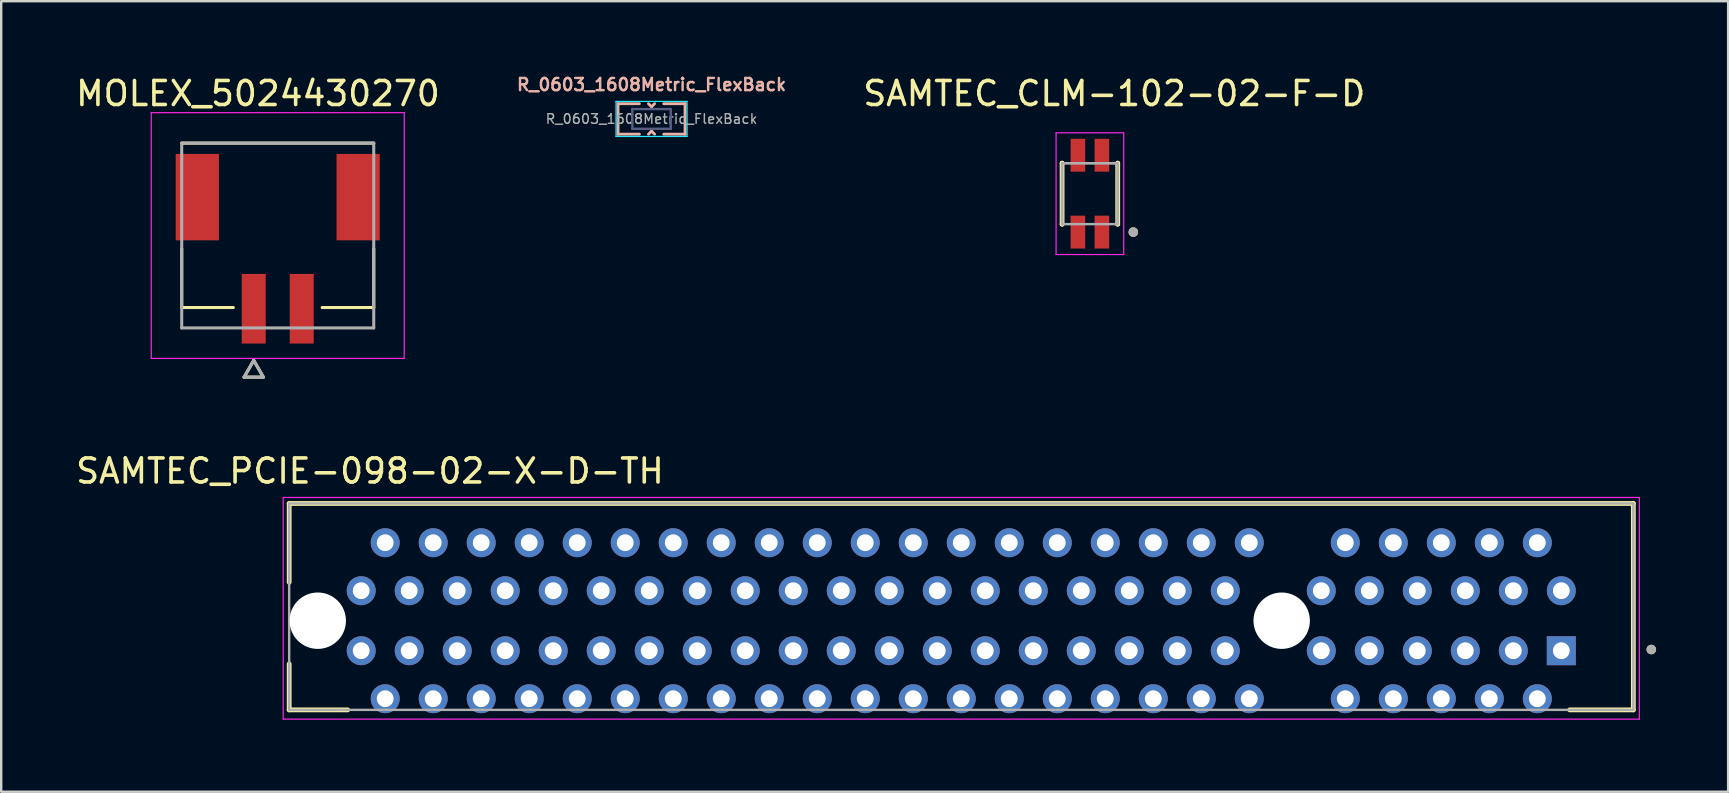
<source format=kicad_pcb>
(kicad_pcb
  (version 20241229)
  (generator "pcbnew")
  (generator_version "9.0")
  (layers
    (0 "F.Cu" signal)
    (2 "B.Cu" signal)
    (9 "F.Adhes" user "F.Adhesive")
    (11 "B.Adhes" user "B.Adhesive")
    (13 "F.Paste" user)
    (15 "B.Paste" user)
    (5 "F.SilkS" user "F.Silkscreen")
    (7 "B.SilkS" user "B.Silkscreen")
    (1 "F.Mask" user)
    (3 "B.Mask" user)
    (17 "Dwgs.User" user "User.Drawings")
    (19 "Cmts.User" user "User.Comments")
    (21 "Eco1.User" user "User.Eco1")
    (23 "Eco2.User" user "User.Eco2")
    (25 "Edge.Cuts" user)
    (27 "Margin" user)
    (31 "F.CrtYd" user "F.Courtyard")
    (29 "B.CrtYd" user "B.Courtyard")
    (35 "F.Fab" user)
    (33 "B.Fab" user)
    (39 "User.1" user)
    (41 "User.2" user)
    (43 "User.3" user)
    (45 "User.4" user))
  (footprint "SAMTEC_PCIE-098-02-X-D-TH"
    (layer "F.Cu")
    (at 36.998 22.225)
    (property "Reference" "SAMTEC_PCIE-098-02-X-D-TH" (at -24.635 -5.65 0) (layer "F.SilkS") (effects (font (size 1 1) (thickness 0.15))))
    (attr through_hole)
    (fp_line (start -28 -4.3) (end 28 -4.3) (stroke (width 0.2) (type solid)) (layer "F.SilkS"))
    (fp_line (start -28 -1.015) (end -28 -4.3) (stroke (width 0.2) (type solid)) (layer "F.SilkS"))
    (fp_line (start -28 4.3) (end -28 2.385) (stroke (width 0.2) (type solid)) (layer "F.SilkS"))
    (fp_line (start -25.56 4.3) (end -28 4.3) (stroke (width 0.2) (type solid)) (layer "F.SilkS"))
    (fp_line (start 28 -4.3) (end 28 4.3) (stroke (width 0.2) (type solid)) (layer "F.SilkS"))
    (fp_line (start 28 4.3) (end 25.35 4.3) (stroke (width 0.2) (type solid)) (layer "F.SilkS"))
    (fp_circle (center 28.75 1.785) (end 28.85 1.785) (stroke (width 0.2) (type solid)) (fill no) (layer "F.SilkS"))
    (fp_line (start -28.25 -4.55) (end 28.25 -4.55) (stroke (width 0.05) (type solid)) (layer "F.CrtYd"))
    (fp_line (start -28.25 4.685) (end -28.25 -4.55) (stroke (width 0.05) (type solid)) (layer "F.CrtYd"))
    (fp_line (start 28.25 -4.55) (end 28.25 4.685) (stroke (width 0.05) (type solid)) (layer "F.CrtYd"))
    (fp_line (start 28.25 4.685) (end -28.25 4.685) (stroke (width 0.05) (type solid)) (layer "F.CrtYd"))
    (fp_line (start -28 -4.3) (end 28 -4.3) (stroke (width 0.1) (type solid)) (layer "F.Fab"))
    (fp_line (start -28 4.3) (end -28 -4.3) (stroke (width 0.1) (type solid)) (layer "F.Fab"))
    (fp_line (start 28 -4.3) (end 28 4.3) (stroke (width 0.1) (type solid)) (layer "F.Fab"))
    (fp_line (start 28 4.3) (end -28 4.3) (stroke (width 0.1) (type solid)) (layer "F.Fab"))
    (fp_circle (center 28.75 1.785) (end 28.85 1.785) (stroke (width 0.2) (type solid)) (fill no) (layer "F.Fab"))
    (pad "" np_thru_hole circle (at -26.81 0.585) (size 2.35 2.35) (drill 2.35) (layers "*.Cu" "*.Mask"))
    (pad "" np_thru_hole circle (at 13.35 0.585) (size 2.35 2.35) (drill 2.35) (layers "*.Cu" "*.Mask"))
    (pad "A1" thru_hole rect (at 25 1.835) (size 1.208 1.208) (drill 0.7) (layers "*.Cu" "*.Mask"))
    (pad "A2" thru_hole circle (at 24 3.835) (size 1.208 1.208) (drill 0.7) (layers "*.Cu" "*.Mask"))
    (pad "A3" thru_hole circle (at 23 1.835) (size 1.208 1.208) (drill 0.7) (layers "*.Cu" "*.Mask"))
    (pad "A4" thru_hole circle (at 22 3.835) (size 1.208 1.208) (drill 0.7) (layers "*.Cu" "*.Mask"))
    (pad "A5" thru_hole circle (at 21 1.835) (size 1.208 1.208) (drill 0.7) (layers "*.Cu" "*.Mask"))
    (pad "A6" thru_hole circle (at 20 3.835) (size 1.208 1.208) (drill 0.7) (layers "*.Cu" "*.Mask"))
    (pad "A7" thru_hole circle (at 19 1.835) (size 1.208 1.208) (drill 0.7) (layers "*.Cu" "*.Mask"))
    (pad "A8" thru_hole circle (at 18 3.835) (size 1.208 1.208) (drill 0.7) (layers "*.Cu" "*.Mask"))
    (pad "A9" thru_hole circle (at 17 1.835) (size 1.208 1.208) (drill 0.7) (layers "*.Cu" "*.Mask"))
    (pad "A10" thru_hole circle (at 16 3.835) (size 1.208 1.208) (drill 0.7) (layers "*.Cu" "*.Mask"))
    (pad "A11" thru_hole circle (at 15 1.835) (size 1.208 1.208) (drill 0.7) (layers "*.Cu" "*.Mask"))
    (pad "A12" thru_hole circle (at 12 3.835) (size 1.208 1.208) (drill 0.7) (layers "*.Cu" "*.Mask"))
    (pad "A13" thru_hole circle (at 11 1.835) (size 1.208 1.208) (drill 0.7) (layers "*.Cu" "*.Mask"))
    (pad "A14" thru_hole circle (at 10 3.835) (size 1.208 1.208) (drill 0.7) (layers "*.Cu" "*.Mask"))
    (pad "A15" thru_hole circle (at 9 1.835) (size 1.208 1.208) (drill 0.7) (layers "*.Cu" "*.Mask"))
    (pad "A16" thru_hole circle (at 8 3.835) (size 1.208 1.208) (drill 0.7) (layers "*.Cu" "*.Mask"))
    (pad "A17" thru_hole circle (at 7 1.835) (size 1.208 1.208) (drill 0.7) (layers "*.Cu" "*.Mask"))
    (pad "A18" thru_hole circle (at 6 3.835) (size 1.208 1.208) (drill 0.7) (layers "*.Cu" "*.Mask"))
    (pad "A19" thru_hole circle (at 5 1.835) (size 1.208 1.208) (drill 0.7) (layers "*.Cu" "*.Mask"))
    (pad "A20" thru_hole circle (at 4 3.835) (size 1.208 1.208) (drill 0.7) (layers "*.Cu" "*.Mask"))
    (pad "A21" thru_hole circle (at 3 1.835) (size 1.208 1.208) (drill 0.7) (layers "*.Cu" "*.Mask"))
    (pad "A22" thru_hole circle (at 2 3.835) (size 1.208 1.208) (drill 0.7) (layers "*.Cu" "*.Mask"))
    (pad "A23" thru_hole circle (at 1 1.835) (size 1.208 1.208) (drill 0.7) (layers "*.Cu" "*.Mask"))
    (pad "A24" thru_hole circle (at 0 3.835) (size 1.208 1.208) (drill 0.7) (layers "*.Cu" "*.Mask"))
    (pad "A25" thru_hole circle (at -1 1.835) (size 1.208 1.208) (drill 0.7) (layers "*.Cu" "*.Mask"))
    (pad "A26" thru_hole circle (at -2 3.835) (size 1.208 1.208) (drill 0.7) (layers "*.Cu" "*.Mask"))
    (pad "A27" thru_hole circle (at -3 1.835) (size 1.208 1.208) (drill 0.7) (layers "*.Cu" "*.Mask"))
    (pad "A28" thru_hole circle (at -4 3.835) (size 1.208 1.208) (drill 0.7) (layers "*.Cu" "*.Mask"))
    (pad "A29" thru_hole circle (at -5 1.835) (size 1.208 1.208) (drill 0.7) (layers "*.Cu" "*.Mask"))
    (pad "A30" thru_hole circle (at -6 3.835) (size 1.208 1.208) (drill 0.7) (layers "*.Cu" "*.Mask"))
    (pad "A31" thru_hole circle (at -7 1.835) (size 1.208 1.208) (drill 0.7) (layers "*.Cu" "*.Mask"))
    (pad "A32" thru_hole circle (at -8 3.835) (size 1.208 1.208) (drill 0.7) (layers "*.Cu" "*.Mask"))
    (pad "A33" thru_hole circle (at -9 1.835) (size 1.208 1.208) (drill 0.7) (layers "*.Cu" "*.Mask"))
    (pad "A34" thru_hole circle (at -10 3.835) (size 1.208 1.208) (drill 0.7) (layers "*.Cu" "*.Mask"))
    (pad "A35" thru_hole circle (at -11 1.835) (size 1.208 1.208) (drill 0.7) (layers "*.Cu" "*.Mask"))
    (pad "A36" thru_hole circle (at -12 3.835) (size 1.208 1.208) (drill 0.7) (layers "*.Cu" "*.Mask"))
    (pad "A37" thru_hole circle (at -13 1.835) (size 1.208 1.208) (drill 0.7) (layers "*.Cu" "*.Mask"))
    (pad "A38" thru_hole circle (at -14 3.835) (size 1.208 1.208) (drill 0.7) (layers "*.Cu" "*.Mask"))
    (pad "A39" thru_hole circle (at -15 1.835) (size 1.208 1.208) (drill 0.7) (layers "*.Cu" "*.Mask"))
    (pad "A40" thru_hole circle (at -16 3.835) (size 1.208 1.208) (drill 0.7) (layers "*.Cu" "*.Mask"))
    (pad "A41" thru_hole circle (at -17 1.835) (size 1.208 1.208) (drill 0.7) (layers "*.Cu" "*.Mask"))
    (pad "A42" thru_hole circle (at -18 3.835) (size 1.208 1.208) (drill 0.7) (layers "*.Cu" "*.Mask"))
    (pad "A43" thru_hole circle (at -19 1.835) (size 1.208 1.208) (drill 0.7) (layers "*.Cu" "*.Mask"))
    (pad "A44" thru_hole circle (at -20 3.835) (size 1.208 1.208) (drill 0.7) (layers "*.Cu" "*.Mask"))
    (pad "A45" thru_hole circle (at -21 1.835) (size 1.208 1.208) (drill 0.7) (layers "*.Cu" "*.Mask"))
    (pad "A46" thru_hole circle (at -22 3.835) (size 1.208 1.208) (drill 0.7) (layers "*.Cu" "*.Mask"))
    (pad "A47" thru_hole circle (at -23 1.835) (size 1.208 1.208) (drill 0.7) (layers "*.Cu" "*.Mask"))
    (pad "A48" thru_hole circle (at -24 3.835) (size 1.208 1.208) (drill 0.7) (layers "*.Cu" "*.Mask"))
    (pad "A49" thru_hole circle (at -25 1.835) (size 1.208 1.208) (drill 0.7) (layers "*.Cu" "*.Mask"))
    (pad "B1" thru_hole circle (at 25 -0.665) (size 1.208 1.208) (drill 0.7) (layers "*.Cu" "*.Mask"))
    (pad "B2" thru_hole circle (at 24 -2.665) (size 1.208 1.208) (drill 0.7) (layers "*.Cu" "*.Mask"))
    (pad "B3" thru_hole circle (at 23 -0.665) (size 1.208 1.208) (drill 0.7) (layers "*.Cu" "*.Mask"))
    (pad "B4" thru_hole circle (at 22 -2.665) (size 1.208 1.208) (drill 0.7) (layers "*.Cu" "*.Mask"))
    (pad "B5" thru_hole circle (at 21 -0.665) (size 1.208 1.208) (drill 0.7) (layers "*.Cu" "*.Mask"))
    (pad "B6" thru_hole circle (at 20 -2.665) (size 1.208 1.208) (drill 0.7) (layers "*.Cu" "*.Mask"))
    (pad "B7" thru_hole circle (at 19 -0.665) (size 1.208 1.208) (drill 0.7) (layers "*.Cu" "*.Mask"))
    (pad "B8" thru_hole circle (at 18 -2.665) (size 1.208 1.208) (drill 0.7) (layers "*.Cu" "*.Mask"))
    (pad "B9" thru_hole circle (at 17 -0.665) (size 1.208 1.208) (drill 0.7) (layers "*.Cu" "*.Mask"))
    (pad "B10" thru_hole circle (at 16 -2.665) (size 1.208 1.208) (drill 0.7) (layers "*.Cu" "*.Mask"))
    (pad "B11" thru_hole circle (at 15 -0.665) (size 1.208 1.208) (drill 0.7) (layers "*.Cu" "*.Mask"))
    (pad "B12" thru_hole circle (at 12 -2.665) (size 1.208 1.208) (drill 0.7) (layers "*.Cu" "*.Mask"))
    (pad "B13" thru_hole circle (at 11 -0.665) (size 1.208 1.208) (drill 0.7) (layers "*.Cu" "*.Mask"))
    (pad "B14" thru_hole circle (at 10 -2.665) (size 1.208 1.208) (drill 0.7) (layers "*.Cu" "*.Mask"))
    (pad "B15" thru_hole circle (at 9 -0.665) (size 1.208 1.208) (drill 0.7) (layers "*.Cu" "*.Mask"))
    (pad "B16" thru_hole circle (at 8 -2.665) (size 1.208 1.208) (drill 0.7) (layers "*.Cu" "*.Mask"))
    (pad "B17" thru_hole circle (at 7 -0.665) (size 1.208 1.208) (drill 0.7) (layers "*.Cu" "*.Mask"))
    (pad "B18" thru_hole circle (at 6 -2.665) (size 1.208 1.208) (drill 0.7) (layers "*.Cu" "*.Mask"))
    (pad "B19" thru_hole circle (at 5 -0.665) (size 1.208 1.208) (drill 0.7) (layers "*.Cu" "*.Mask"))
    (pad "B20" thru_hole circle (at 4 -2.665) (size 1.208 1.208) (drill 0.7) (layers "*.Cu" "*.Mask"))
    (pad "B21" thru_hole circle (at 3 -0.665) (size 1.208 1.208) (drill 0.7) (layers "*.Cu" "*.Mask"))
    (pad "B22" thru_hole circle (at 2 -2.665) (size 1.208 1.208) (drill 0.7) (layers "*.Cu" "*.Mask"))
    (pad "B23" thru_hole circle (at 1 -0.665) (size 1.208 1.208) (drill 0.7) (layers "*.Cu" "*.Mask"))
    (pad "B24" thru_hole circle (at 0 -2.665) (size 1.208 1.208) (drill 0.7) (layers "*.Cu" "*.Mask"))
    (pad "B25" thru_hole circle (at -1 -0.665) (size 1.208 1.208) (drill 0.7) (layers "*.Cu" "*.Mask"))
    (pad "B26" thru_hole circle (at -2 -2.665) (size 1.208 1.208) (drill 0.7) (layers "*.Cu" "*.Mask"))
    (pad "B27" thru_hole circle (at -3 -0.665) (size 1.208 1.208) (drill 0.7) (layers "*.Cu" "*.Mask"))
    (pad "B28" thru_hole circle (at -4 -2.665) (size 1.208 1.208) (drill 0.7) (layers "*.Cu" "*.Mask"))
    (pad "B29" thru_hole circle (at -5 -0.665) (size 1.208 1.208) (drill 0.7) (layers "*.Cu" "*.Mask"))
    (pad "B30" thru_hole circle (at -6 -2.665) (size 1.208 1.208) (drill 0.7) (layers "*.Cu" "*.Mask"))
    (pad "B31" thru_hole circle (at -7 -0.665) (size 1.208 1.208) (drill 0.7) (layers "*.Cu" "*.Mask"))
    (pad "B32" thru_hole circle (at -8 -2.665) (size 1.208 1.208) (drill 0.7) (layers "*.Cu" "*.Mask"))
    (pad "B33" thru_hole circle (at -9 -0.665) (size 1.208 1.208) (drill 0.7) (layers "*.Cu" "*.Mask"))
    (pad "B34" thru_hole circle (at -10 -2.665) (size 1.208 1.208) (drill 0.7) (layers "*.Cu" "*.Mask"))
    (pad "B35" thru_hole circle (at -11 -0.665) (size 1.208 1.208) (drill 0.7) (layers "*.Cu" "*.Mask"))
    (pad "B36" thru_hole circle (at -12 -2.665) (size 1.208 1.208) (drill 0.7) (layers "*.Cu" "*.Mask"))
    (pad "B37" thru_hole circle (at -13 -0.665) (size 1.208 1.208) (drill 0.7) (layers "*.Cu" "*.Mask"))
    (pad "B38" thru_hole circle (at -14 -2.665) (size 1.208 1.208) (drill 0.7) (layers "*.Cu" "*.Mask"))
    (pad "B39" thru_hole circle (at -15 -0.665) (size 1.208 1.208) (drill 0.7) (layers "*.Cu" "*.Mask"))
    (pad "B40" thru_hole circle (at -16 -2.665) (size 1.208 1.208) (drill 0.7) (layers "*.Cu" "*.Mask"))
    (pad "B41" thru_hole circle (at -17 -0.665) (size 1.208 1.208) (drill 0.7) (layers "*.Cu" "*.Mask"))
    (pad "B42" thru_hole circle (at -18 -2.665) (size 1.208 1.208) (drill 0.7) (layers "*.Cu" "*.Mask"))
    (pad "B43" thru_hole circle (at -19 -0.665) (size 1.208 1.208) (drill 0.7) (layers "*.Cu" "*.Mask"))
    (pad "B44" thru_hole circle (at -20 -2.665) (size 1.208 1.208) (drill 0.7) (layers "*.Cu" "*.Mask"))
    (pad "B45" thru_hole circle (at -21 -0.665) (size 1.208 1.208) (drill 0.7) (layers "*.Cu" "*.Mask"))
    (pad "B46" thru_hole circle (at -22 -2.665) (size 1.208 1.208) (drill 0.7) (layers "*.Cu" "*.Mask"))
    (pad "B47" thru_hole circle (at -23 -0.665) (size 1.208 1.208) (drill 0.7) (layers "*.Cu" "*.Mask"))
    (pad "B48" thru_hole circle (at -24 -2.665) (size 1.208 1.208) (drill 0.7) (layers "*.Cu" "*.Mask"))
    (pad "B49" thru_hole circle (at -25 -0.665) (size 1.208 1.208) (drill 0.7) (layers "*.Cu" "*.Mask")))
  (footprint "R_0603_1608Metric_FlexBack"
    (layer "F.Cu")
    (at 24.095 1.905)
    (property "Reference" "R_0603_1608Metric_FlexBack" (at 0 -1.43 0) (layer "B.SilkS") (effects (font (size 0.508 0.508) (thickness 0.102) (bold yes))))
    (attr smd)
    (fp_line (start -1.397 -0.635) (end -1.397 0.635) (stroke (width 0.12) (type default)) (layer "B.SilkS"))
    (fp_line (start -1.397 0.635) (end -0.508 0.635) (stroke (width 0.12) (type default)) (layer "B.SilkS"))
    (fp_line (start -0.508 -0.635) (end -1.397 -0.635) (stroke (width 0.12) (type default)) (layer "B.SilkS"))
    (fp_line (start -0.127 -0.635) (end 0 -0.508) (stroke (width 0.12) (type default)) (layer "B.SilkS"))
    (fp_line (start -0.127 0.635) (end 0 0.508) (stroke (width 0.12) (type default)) (layer "B.SilkS"))
    (fp_line (start 0 -0.508) (end 0.127 -0.635) (stroke (width 0.12) (type default)) (layer "B.SilkS"))
    (fp_line (start 0 0.508) (end 0.127 0.635) (stroke (width 0.12) (type default)) (layer "B.SilkS"))
    (fp_line (start 0.508 -0.635) (end 1.397 -0.635) (stroke (width 0.12) (type default)) (layer "B.SilkS"))
    (fp_line (start 1.397 -0.635) (end 1.397 0.635) (stroke (width 0.12) (type default)) (layer "B.SilkS"))
    (fp_line (start 1.397 0.635) (end 0.508 0.635) (stroke (width 0.12) (type default)) (layer "B.SilkS"))
    (fp_line (start -1.48 -0.73) (end 1.48 -0.73) (stroke (width 0.05) (type solid)) (layer "B.CrtYd"))
    (fp_line (start -1.48 0.73) (end -1.48 -0.73) (stroke (width 0.05) (type solid)) (layer "B.CrtYd"))
    (fp_line (start 1.48 -0.73) (end 1.48 0.73) (stroke (width 0.05) (type solid)) (layer "B.CrtYd"))
    (fp_line (start 1.48 0.73) (end -1.48 0.73) (stroke (width 0.05) (type solid)) (layer "B.CrtYd"))
    (fp_line (start -0.8 -0.412) (end 0.8 -0.412) (stroke (width 0.1) (type solid)) (layer "B.Fab"))
    (fp_line (start -0.8 0.412) (end -0.8 -0.412) (stroke (width 0.1) (type solid)) (layer "B.Fab"))
    (fp_line (start 0.8 -0.412) (end 0.8 0.412) (stroke (width 0.1) (type solid)) (layer "B.Fab"))
    (fp_line (start 0.8 0.412) (end -0.8 0.412) (stroke (width 0.1) (type solid)) (layer "B.Fab"))
    (fp_text user "${REFERENCE}" (at 0 0 0) (layer "F.Fab") (effects (font (size 0.4 0.4) (thickness 0.06))))
    (pad "1" smd roundrect (at -0.825 0) (size 0.8 0.95) (layers "B.Mask" "In5.Cu" "B.Paste") (roundrect_rratio 0.25))
    (pad "2" smd roundrect (at 0.825 0) (size 0.8 0.95) (layers "B.Mask" "In5.Cu" "B.Paste") (roundrect_rratio 0.25)))
  (footprint "SAMTEC_CLM-102-02-F-D"
    (layer "F.Cu")
    (at 42.358 5.019)
    (property "Reference" "SAMTEC_CLM-102-02-F-D" (at 1.016 -4.171 0) (layer "F.SilkS") (effects (font (size 1 1) (thickness 0.15))))
    (attr smd)
    (fp_line (start -1.159 -1.27) (end -1.155 -1.27) (stroke (width 0.2) (type solid)) (layer "F.SilkS"))
    (fp_line (start -1.159 1.27) (end -1.159 -1.27) (stroke (width 0.2) (type solid)) (layer "F.SilkS"))
    (fp_line (start -1.155 1.27) (end -1.159 1.27) (stroke (width 0.2) (type solid)) (layer "F.SilkS"))
    (fp_line (start 1.155 -1.27) (end 1.159 -1.27) (stroke (width 0.2) (type solid)) (layer "F.SilkS"))
    (fp_line (start 1.155 1.27) (end 1.159 1.27) (stroke (width 0.2) (type solid)) (layer "F.SilkS"))
    (fp_line (start 1.159 -1.27) (end 1.159 1.27) (stroke (width 0.2) (type solid)) (layer "F.SilkS"))
    (fp_circle (center 1.809 1.601) (end 1.909 1.601) (stroke (width 0.2) (type solid)) (fill no) (layer "F.SilkS"))
    (fp_line (start -1.409 -2.536) (end 1.409 -2.536) (stroke (width 0.05) (type solid)) (layer "F.CrtYd"))
    (fp_line (start -1.409 2.536) (end -1.409 -2.536) (stroke (width 0.05) (type solid)) (layer "F.CrtYd"))
    (fp_line (start 1.409 -2.536) (end 1.409 2.536) (stroke (width 0.05) (type solid)) (layer "F.CrtYd"))
    (fp_line (start 1.409 2.536) (end -1.409 2.536) (stroke (width 0.05) (type solid)) (layer "F.CrtYd"))
    (fp_line (start -1.159 -1.27) (end 1.159 -1.27) (stroke (width 0.1) (type solid)) (layer "F.Fab"))
    (fp_line (start -1.159 -1.27) (end 1.159 -1.27) (stroke (width 0.1) (type solid)) (layer "F.Fab"))
    (fp_line (start -1.159 1.27) (end -1.159 -1.27) (stroke (width 0.1) (type solid)) (layer "F.Fab"))
    (fp_line (start -1.159 1.27) (end -1.159 -1.27) (stroke (width 0.1) (type solid)) (layer "F.Fab"))
    (fp_line (start 1.159 -1.27) (end 1.159 1.27) (stroke (width 0.1) (type solid)) (layer "F.Fab"))
    (fp_line (start 1.159 -1.27) (end 1.159 1.27) (stroke (width 0.1) (type solid)) (layer "F.Fab"))
    (fp_line (start 1.159 1.27) (end -1.159 1.27) (stroke (width 0.1) (type solid)) (layer "F.Fab"))
    (fp_circle (center 1.809 1.601) (end 1.909 1.601) (stroke (width 0.2) (type solid)) (fill no) (layer "F.Fab"))
    (pad "01" smd rect (at 0.5 1.601) (size 0.61 1.37) (layers "F.Cu" "F.Mask" "F.Paste"))
    (pad "02" smd rect (at 0.5 -1.601) (size 0.61 1.37) (layers "F.Cu" "F.Mask" "F.Paste"))
    (pad "03" smd rect (at -0.5 1.601) (size 0.61 1.37) (layers "F.Cu" "F.Mask" "F.Paste"))
    (pad "04" smd rect (at -0.5 -1.601) (size 0.61 1.37) (layers "F.Cu" "F.Mask" "F.Paste")))
  (footprint "MOLEX_5024430270"
    (layer "F.Cu")
    (at 8.521 6.763)
    (property "Reference" "MOLEX_5024430270" (at -0.825 -5.915 0) (layer "F.SilkS") (effects (font (size 1 1) (thickness 0.15))))
    (attr smd)
    (fp_poly (pts (xy -4.326 -3.476) (xy -2.374 -3.476) (xy -2.374 0.276) (xy -4.326 0.276)) (stroke (width 0.01) (type solid)) (fill yes) (layer "F.Mask"))
    (fp_poly (pts (xy -1.576 1.524) (xy -0.424 1.524) (xy -0.424 4.576) (xy -1.576 4.576)) (stroke (width 0.01) (type solid)) (fill yes) (layer "F.Mask"))
    (fp_poly (pts (xy 0.424 1.524) (xy 1.576 1.524) (xy 1.576 4.576) (xy 0.424 4.576)) (stroke (width 0.01) (type solid)) (fill yes) (layer "F.Mask"))
    (fp_poly (pts (xy 2.374 -3.476) (xy 4.326 -3.476) (xy 4.326 0.276) (xy 2.374 0.276)) (stroke (width 0.01) (type solid)) (fill yes) (layer "F.Mask"))
    (fp_line (start -4 3) (end -4 0.55) (stroke (width 0.127) (type solid)) (layer "F.SilkS"))
    (fp_line (start -1.85 3) (end -4 3) (stroke (width 0.127) (type solid)) (layer "F.SilkS"))
    (fp_line (start -1.4 5.9) (end -0.6 5.9) (stroke (width 0.127) (type solid)) (layer "F.SilkS"))
    (fp_line (start -1 5.2) (end -1.4 5.9) (stroke (width 0.127) (type solid)) (layer "F.SilkS"))
    (fp_line (start -0.6 5.9) (end -1 5.2) (stroke (width 0.127) (type solid)) (layer "F.SilkS"))
    (fp_line (start 4 -3.85) (end -4 -3.85) (stroke (width 0.127) (type solid)) (layer "F.SilkS"))
    (fp_line (start 4 0.55) (end 4 3) (stroke (width 0.127) (type solid)) (layer "F.SilkS"))
    (fp_line (start 4 3) (end 1.85 3) (stroke (width 0.127) (type solid)) (layer "F.SilkS"))
    (fp_line (start -5.27 -5.12) (end 5.27 -5.12) (stroke (width 0.05) (type solid)) (layer "F.CrtYd"))
    (fp_line (start -5.27 5.12) (end -5.27 -5.12) (stroke (width 0.05) (type solid)) (layer "F.CrtYd"))
    (fp_line (start -5.27 5.12) (end 5.27 5.12) (stroke (width 0.05) (type solid)) (layer "F.CrtYd"))
    (fp_line (start 5.27 -5.12) (end 5.27 5.12) (stroke (width 0.05) (type solid)) (layer "F.CrtYd"))
    (fp_line (start -4 -3.85) (end 4 -3.85) (stroke (width 0.127) (type solid)) (layer "F.Fab"))
    (fp_line (start -4 3.85) (end -4 -3.85) (stroke (width 0.127) (type solid)) (layer "F.Fab"))
    (fp_line (start -1.4 5.9) (end -0.6 5.9) (stroke (width 0.127) (type solid)) (layer "F.Fab"))
    (fp_line (start -1 5.2) (end -1.4 5.9) (stroke (width 0.127) (type solid)) (layer "F.Fab"))
    (fp_line (start -0.6 5.9) (end -1 5.2) (stroke (width 0.127) (type solid)) (layer "F.Fab"))
    (fp_line (start 4 -3.85) (end 4 3.85) (stroke (width 0.127) (type solid)) (layer "F.Fab"))
    (fp_line (start 4 3.85) (end -4 3.85) (stroke (width 0.127) (type solid)) (layer "F.Fab"))
    (pad "1" smd rect (at -1 3.05) (size 1 2.9) (layers "F.Cu" "F.Paste"))
    (pad "2" smd rect (at 1 3.05) (size 1 2.9) (layers "F.Cu" "F.Paste"))
    (pad "S1" smd rect (at -3.35 -1.6) (size 1.8 3.6) (layers "F.Cu" "F.Paste"))
    (pad "S2" smd rect (at 3.35 -1.6) (size 1.8 3.6) (layers "F.Cu" "F.Paste")))
  (gr_rect
    (start -3 -3)
    (end 68.948 29.935)
    (stroke (width 0.1) (type default))
    (fill no)
    (layer "Edge.Cuts")))
</source>
